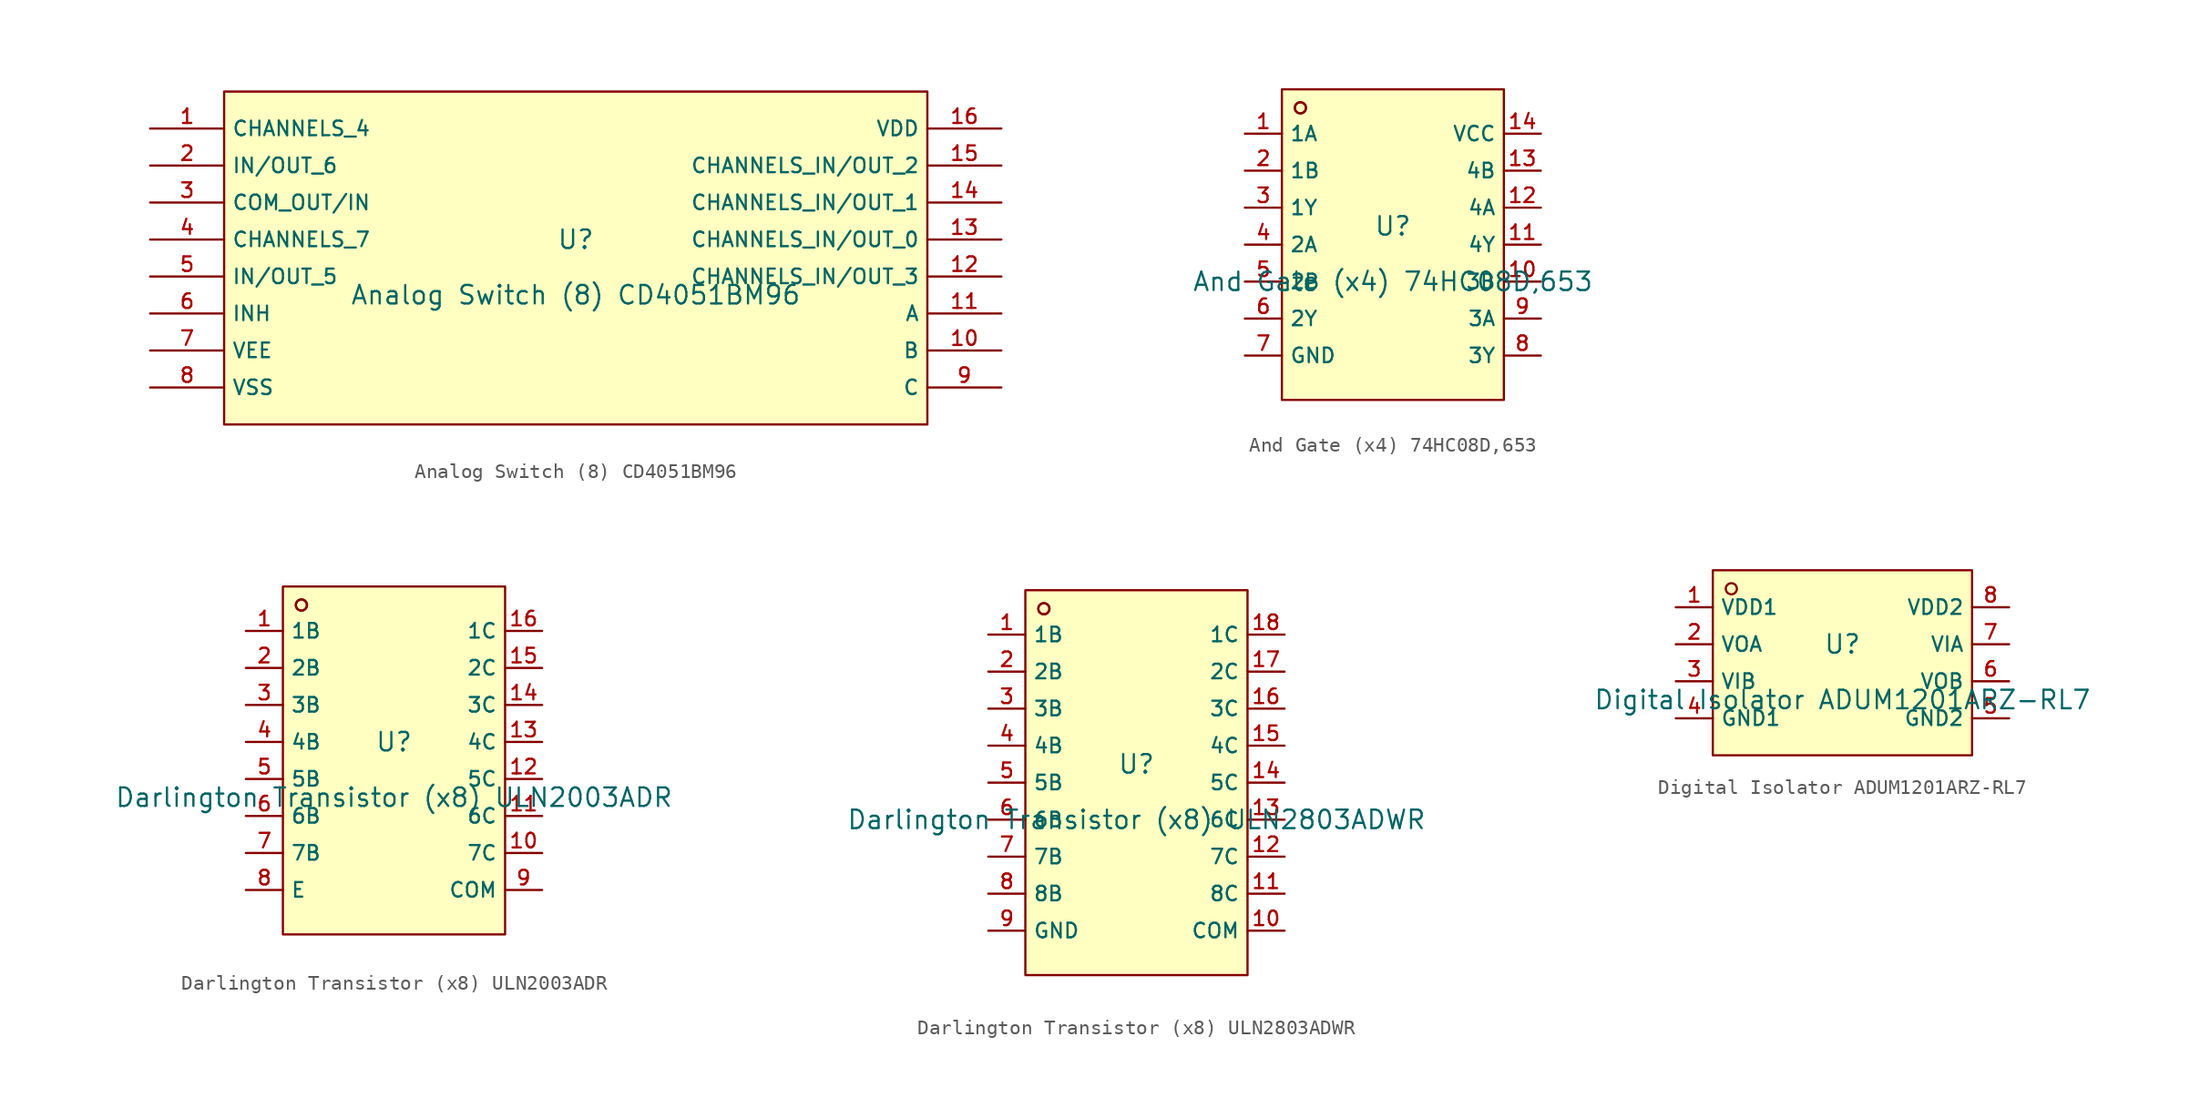
<source format=kicad_sym>
(kicad_symbol_lib
  (version 20220914)
  (generator kicad_symbol_editor)
  (symbol "Analog Switch (8) CD4051BM96"
    (property "Reference" "U"
      (at 0 1.27 0)
      (effects (font (size 1.27 1.27))))
    (property "Value" "Analog Switch (8) CD4051BM96"
      (at 0 -2.54 0)
      (effects (font (size 1.27 1.27))))
    (symbol "Analog Switch (8) CD4051BM96_0_1"
      (rectangle (start -24.13 11.43) (end 24.13 -11.43) (stroke (width 0) (type default)) (fill (type background)))
      (pin unspecified line (at -29.21 8.89 0) (length 5.08) (name "CHANNELS_4" (effects (font (size 1 1)))) (number "1" (effects (font (size 1 1)))))
      (pin unspecified line (at 29.21 -6.35 180) (length 5.08) (name "B" (effects (font (size 1 1)))) (number "10" (effects (font (size 1 1)))))
      (pin unspecified line (at 29.21 -3.81 180) (length 5.08) (name "A" (effects (font (size 1 1)))) (number "11" (effects (font (size 1 1)))))
      (pin unspecified line (at 29.21 -1.27 180) (length 5.08) (name "CHANNELS_IN/OUT_3" (effects (font (size 1 1)))) (number "12" (effects (font (size 1 1)))))
      (pin unspecified line (at 29.21 1.27 180) (length 5.08) (name "CHANNELS_IN/OUT_0" (effects (font (size 1 1)))) (number "13" (effects (font (size 1 1)))))
      (pin unspecified line (at 29.21 3.81 180) (length 5.08) (name "CHANNELS_IN/OUT_1" (effects (font (size 1 1)))) (number "14" (effects (font (size 1 1)))))
      (pin unspecified line (at 29.21 6.35 180) (length 5.08) (name "CHANNELS_IN/OUT_2" (effects (font (size 1 1)))) (number "15" (effects (font (size 1 1)))))
      (pin unspecified line (at 29.21 8.89 180) (length 5.08) (name "VDD" (effects (font (size 1 1)))) (number "16" (effects (font (size 1 1)))))
      (pin unspecified line (at -29.21 6.35 0) (length 5.08) (name "IN/OUT_6" (effects (font (size 1 1)))) (number "2" (effects (font (size 1 1)))))
      (pin unspecified line (at -29.21 3.81 0) (length 5.08) (name "COM_OUT/IN" (effects (font (size 1 1)))) (number "3" (effects (font (size 1 1)))))
      (pin unspecified line (at -29.21 1.27 0) (length 5.08) (name "CHANNELS_7" (effects (font (size 1 1)))) (number "4" (effects (font (size 1 1)))))
      (pin unspecified line (at -29.21 -1.27 0) (length 5.08) (name "IN/OUT_5" (effects (font (size 1 1)))) (number "5" (effects (font (size 1 1)))))
      (pin unspecified line (at -29.21 -3.81 0) (length 5.08) (name "INH" (effects (font (size 1 1)))) (number "6" (effects (font (size 1 1)))))
      (pin unspecified line (at -29.21 -6.35 0) (length 5.08) (name "VEE" (effects (font (size 1 1)))) (number "7" (effects (font (size 1 1)))))
      (pin unspecified line (at -29.21 -8.89 0) (length 5.08) (name "VSS" (effects (font (size 1 1)))) (number "8" (effects (font (size 1 1)))))
      (pin unspecified line (at 29.21 -8.89 180) (length 5.08) (name "C" (effects (font (size 1 1)))) (number "9" (effects (font (size 1 1)))))))
  (symbol "And Gate (x4) 74HC08D,653"
    (property "Reference" "U"
      (at 0 1.27 0)
      (effects (font (size 1.27 1.27))))
    (property "Value" "And Gate (x4) 74HC08D,653"
      (at 0 -2.54 0)
      (effects (font (size 1.27 1.27))))
    (symbol "And Gate (x4) 74HC08D,653_0_1"
      (rectangle (start -7.62 10.668) (end 7.62 -10.668) (stroke (width 0) (type default)) (fill (type background)))
      (circle (center -6.35 9.398) (radius 0.381) (stroke (width 0) (type default)) (fill (type background)))
      (circle (center -6.35 9.398) (radius 0.381) (stroke (width 0) (type default)) (fill (type background)))
      (pin unspecified line (at -10.16 7.62 0) (length 2.54) (name "1A" (effects (font (size 1 1)))) (number "1" (effects (font (size 1 1)))))
      (pin unspecified line (at 10.16 -2.54 180) (length 2.54) (name "3B" (effects (font (size 1 1)))) (number "10" (effects (font (size 1 1)))))
      (pin unspecified line (at 10.16 0 180) (length 2.54) (name "4Y" (effects (font (size 1 1)))) (number "11" (effects (font (size 1 1)))))
      (pin unspecified line (at 10.16 2.54 180) (length 2.54) (name "4A" (effects (font (size 1 1)))) (number "12" (effects (font (size 1 1)))))
      (pin unspecified line (at 10.16 5.08 180) (length 2.54) (name "4B" (effects (font (size 1 1)))) (number "13" (effects (font (size 1 1)))))
      (pin unspecified line (at 10.16 7.62 180) (length 2.54) (name "VCC" (effects (font (size 1 1)))) (number "14" (effects (font (size 1 1)))))
      (pin unspecified line (at -10.16 5.08 0) (length 2.54) (name "1B" (effects (font (size 1 1)))) (number "2" (effects (font (size 1 1)))))
      (pin unspecified line (at -10.16 2.54 0) (length 2.54) (name "1Y" (effects (font (size 1 1)))) (number "3" (effects (font (size 1 1)))))
      (pin unspecified line (at -10.16 0 0) (length 2.54) (name "2A" (effects (font (size 1 1)))) (number "4" (effects (font (size 1 1)))))
      (pin unspecified line (at -10.16 -2.54 0) (length 2.54) (name "2B" (effects (font (size 1 1)))) (number "5" (effects (font (size 1 1)))))
      (pin unspecified line (at -10.16 -5.08 0) (length 2.54) (name "2Y" (effects (font (size 1 1)))) (number "6" (effects (font (size 1 1)))))
      (pin unspecified line (at -10.16 -7.62 0) (length 2.54) (name "GND" (effects (font (size 1 1)))) (number "7" (effects (font (size 1 1)))))
      (pin unspecified line (at 10.16 -7.62 180) (length 2.54) (name "3Y" (effects (font (size 1 1)))) (number "8" (effects (font (size 1 1)))))
      (pin unspecified line (at 10.16 -5.08 180) (length 2.54) (name "3A" (effects (font (size 1 1)))) (number "9" (effects (font (size 1 1)))))))
  (symbol "Darlington Transistor (x8) ULN2003ADR"
    (property "Reference" "U"
      (at 0 1.27 0)
      (effects (font (size 1.27 1.27))))
    (property "Value" "Darlington Transistor (x8) ULN2003ADR"
      (at 0 -2.54 0)
      (effects (font (size 1.27 1.27))))
    (symbol "Darlington Transistor (x8) ULN2003ADR_0_1"
      (rectangle (start -7.62 11.938) (end 7.62 -11.938) (stroke (width 0) (type default)) (fill (type background)))
      (circle (center -6.35 10.668) (radius 0.381) (stroke (width 0) (type default)) (fill (type background)))
      (circle (center -6.35 10.668) (radius 0.381) (stroke (width 0) (type default)) (fill (type background)))
      (pin unspecified line (at -10.16 8.89 0) (length 2.54) (name "1B" (effects (font (size 1 1)))) (number "1" (effects (font (size 1 1)))))
      (pin unspecified line (at 10.16 -6.35 180) (length 2.54) (name "7C" (effects (font (size 1 1)))) (number "10" (effects (font (size 1 1)))))
      (pin unspecified line (at 10.16 -3.81 180) (length 2.54) (name "6C" (effects (font (size 1 1)))) (number "11" (effects (font (size 1 1)))))
      (pin unspecified line (at 10.16 -1.27 180) (length 2.54) (name "5C" (effects (font (size 1 1)))) (number "12" (effects (font (size 1 1)))))
      (pin unspecified line (at 10.16 1.27 180) (length 2.54) (name "4C" (effects (font (size 1 1)))) (number "13" (effects (font (size 1 1)))))
      (pin unspecified line (at 10.16 3.81 180) (length 2.54) (name "3C" (effects (font (size 1 1)))) (number "14" (effects (font (size 1 1)))))
      (pin unspecified line (at 10.16 6.35 180) (length 2.54) (name "2C" (effects (font (size 1 1)))) (number "15" (effects (font (size 1 1)))))
      (pin unspecified line (at 10.16 8.89 180) (length 2.54) (name "1C" (effects (font (size 1 1)))) (number "16" (effects (font (size 1 1)))))
      (pin unspecified line (at -10.16 6.35 0) (length 2.54) (name "2B" (effects (font (size 1 1)))) (number "2" (effects (font (size 1 1)))))
      (pin unspecified line (at -10.16 3.81 0) (length 2.54) (name "3B" (effects (font (size 1 1)))) (number "3" (effects (font (size 1 1)))))
      (pin unspecified line (at -10.16 1.27 0) (length 2.54) (name "4B" (effects (font (size 1 1)))) (number "4" (effects (font (size 1 1)))))
      (pin unspecified line (at -10.16 -1.27 0) (length 2.54) (name "5B" (effects (font (size 1 1)))) (number "5" (effects (font (size 1 1)))))
      (pin unspecified line (at -10.16 -3.81 0) (length 2.54) (name "6B" (effects (font (size 1 1)))) (number "6" (effects (font (size 1 1)))))
      (pin unspecified line (at -10.16 -6.35 0) (length 2.54) (name "7B" (effects (font (size 1 1)))) (number "7" (effects (font (size 1 1)))))
      (pin unspecified line (at -10.16 -8.89 0) (length 2.54) (name "E" (effects (font (size 1 1)))) (number "8" (effects (font (size 1 1)))))
      (pin unspecified line (at 10.16 -8.89 180) (length 2.54) (name "COM" (effects (font (size 1 1)))) (number "9" (effects (font (size 1 1)))))))
  (symbol "Darlington Transistor (x8) ULN2803ADWR"
    (property "Reference" "U"
      (at 0 1.27 0)
      (effects (font (size 1.27 1.27))))
    (property "Value" "Darlington Transistor (x8) ULN2803ADWR"
      (at 0 -2.54 0)
      (effects (font (size 1.27 1.27))))
    (symbol "Darlington Transistor (x8) ULN2803ADWR_0_1"
      (rectangle (start -7.62 13.208) (end 7.62 -13.208) (stroke (width 0) (type default)) (fill (type background)))
      (circle (center -6.35 11.938) (radius 0.381) (stroke (width 0) (type default)) (fill (type background)))
      (circle (center -6.35 11.938) (radius 0.381) (stroke (width 0) (type default)) (fill (type background)))
      (pin unspecified line (at -10.16 10.16 0) (length 2.54) (name "1B" (effects (font (size 1 1)))) (number "1" (effects (font (size 1 1)))))
      (pin unspecified line (at 10.16 -10.16 180) (length 2.54) (name "COM" (effects (font (size 1 1)))) (number "10" (effects (font (size 1 1)))))
      (pin unspecified line (at 10.16 -7.62 180) (length 2.54) (name "8C" (effects (font (size 1 1)))) (number "11" (effects (font (size 1 1)))))
      (pin unspecified line (at 10.16 -5.08 180) (length 2.54) (name "7C" (effects (font (size 1 1)))) (number "12" (effects (font (size 1 1)))))
      (pin unspecified line (at 10.16 -2.54 180) (length 2.54) (name "6C" (effects (font (size 1 1)))) (number "13" (effects (font (size 1 1)))))
      (pin unspecified line (at 10.16 0 180) (length 2.54) (name "5C" (effects (font (size 1 1)))) (number "14" (effects (font (size 1 1)))))
      (pin unspecified line (at 10.16 2.54 180) (length 2.54) (name "4C" (effects (font (size 1 1)))) (number "15" (effects (font (size 1 1)))))
      (pin unspecified line (at 10.16 5.08 180) (length 2.54) (name "3C" (effects (font (size 1 1)))) (number "16" (effects (font (size 1 1)))))
      (pin unspecified line (at 10.16 7.62 180) (length 2.54) (name "2C" (effects (font (size 1 1)))) (number "17" (effects (font (size 1 1)))))
      (pin unspecified line (at 10.16 10.16 180) (length 2.54) (name "1C" (effects (font (size 1 1)))) (number "18" (effects (font (size 1 1)))))
      (pin unspecified line (at -10.16 7.62 0) (length 2.54) (name "2B" (effects (font (size 1 1)))) (number "2" (effects (font (size 1 1)))))
      (pin unspecified line (at -10.16 5.08 0) (length 2.54) (name "3B" (effects (font (size 1 1)))) (number "3" (effects (font (size 1 1)))))
      (pin unspecified line (at -10.16 2.54 0) (length 2.54) (name "4B" (effects (font (size 1 1)))) (number "4" (effects (font (size 1 1)))))
      (pin unspecified line (at -10.16 0 0) (length 2.54) (name "5B" (effects (font (size 1 1)))) (number "5" (effects (font (size 1 1)))))
      (pin unspecified line (at -10.16 -2.54 0) (length 2.54) (name "6B" (effects (font (size 1 1)))) (number "6" (effects (font (size 1 1)))))
      (pin unspecified line (at -10.16 -5.08 0) (length 2.54) (name "7B" (effects (font (size 1 1)))) (number "7" (effects (font (size 1 1)))))
      (pin unspecified line (at -10.16 -7.62 0) (length 2.54) (name "8B" (effects (font (size 1 1)))) (number "8" (effects (font (size 1 1)))))
      (pin unspecified line (at -10.16 -10.16 0) (length 2.54) (name "GND" (effects (font (size 1 1)))) (number "9" (effects (font (size 1 1)))))))
  (symbol "Digital Isolator ADUM1201ARZ-RL7"
    (property "Reference" "U"
      (at 0 1.27 0)
      (effects (font (size 1.27 1.27))))
    (property "Value" "Digital Isolator ADUM1201ARZ-RL7"
      (at 0 -2.54 0)
      (effects (font (size 1.27 1.27))))
    (symbol "Digital Isolator ADUM1201ARZ-RL7_0_1"
      (rectangle (start -8.89 6.35) (end 8.89 -6.35) (stroke (width 0) (type default)) (fill (type background)))
      (circle (center -7.62 5.08) (radius 0.381) (stroke (width 0) (type default)) (fill (type background)))
      (pin unspecified line (at -11.43 3.81 0) (length 2.54) (name "VDD1" (effects (font (size 1 1)))) (number "1" (effects (font (size 1 1)))))
      (pin unspecified line (at -11.43 1.27 0) (length 2.54) (name "VOA" (effects (font (size 1 1)))) (number "2" (effects (font (size 1 1)))))
      (pin unspecified line (at -11.43 -1.27 0) (length 2.54) (name "VIB" (effects (font (size 1 1)))) (number "3" (effects (font (size 1 1)))))
      (pin unspecified line (at -11.43 -3.81 0) (length 2.54) (name "GND1" (effects (font (size 1 1)))) (number "4" (effects (font (size 1 1)))))
      (pin unspecified line (at 11.43 -3.81 180) (length 2.54) (name "GND2" (effects (font (size 1 1)))) (number "5" (effects (font (size 1 1)))))
      (pin unspecified line (at 11.43 -1.27 180) (length 2.54) (name "VOB" (effects (font (size 1 1)))) (number "6" (effects (font (size 1 1)))))
      (pin unspecified line (at 11.43 1.27 180) (length 2.54) (name "VIA" (effects (font (size 1 1)))) (number "7" (effects (font (size 1 1)))))
      (pin unspecified line (at 11.43 3.81 180) (length 2.54) (name "VDD2" (effects (font (size 1 1)))) (number "8" (effects (font (size 1 1))))))))
</source>
